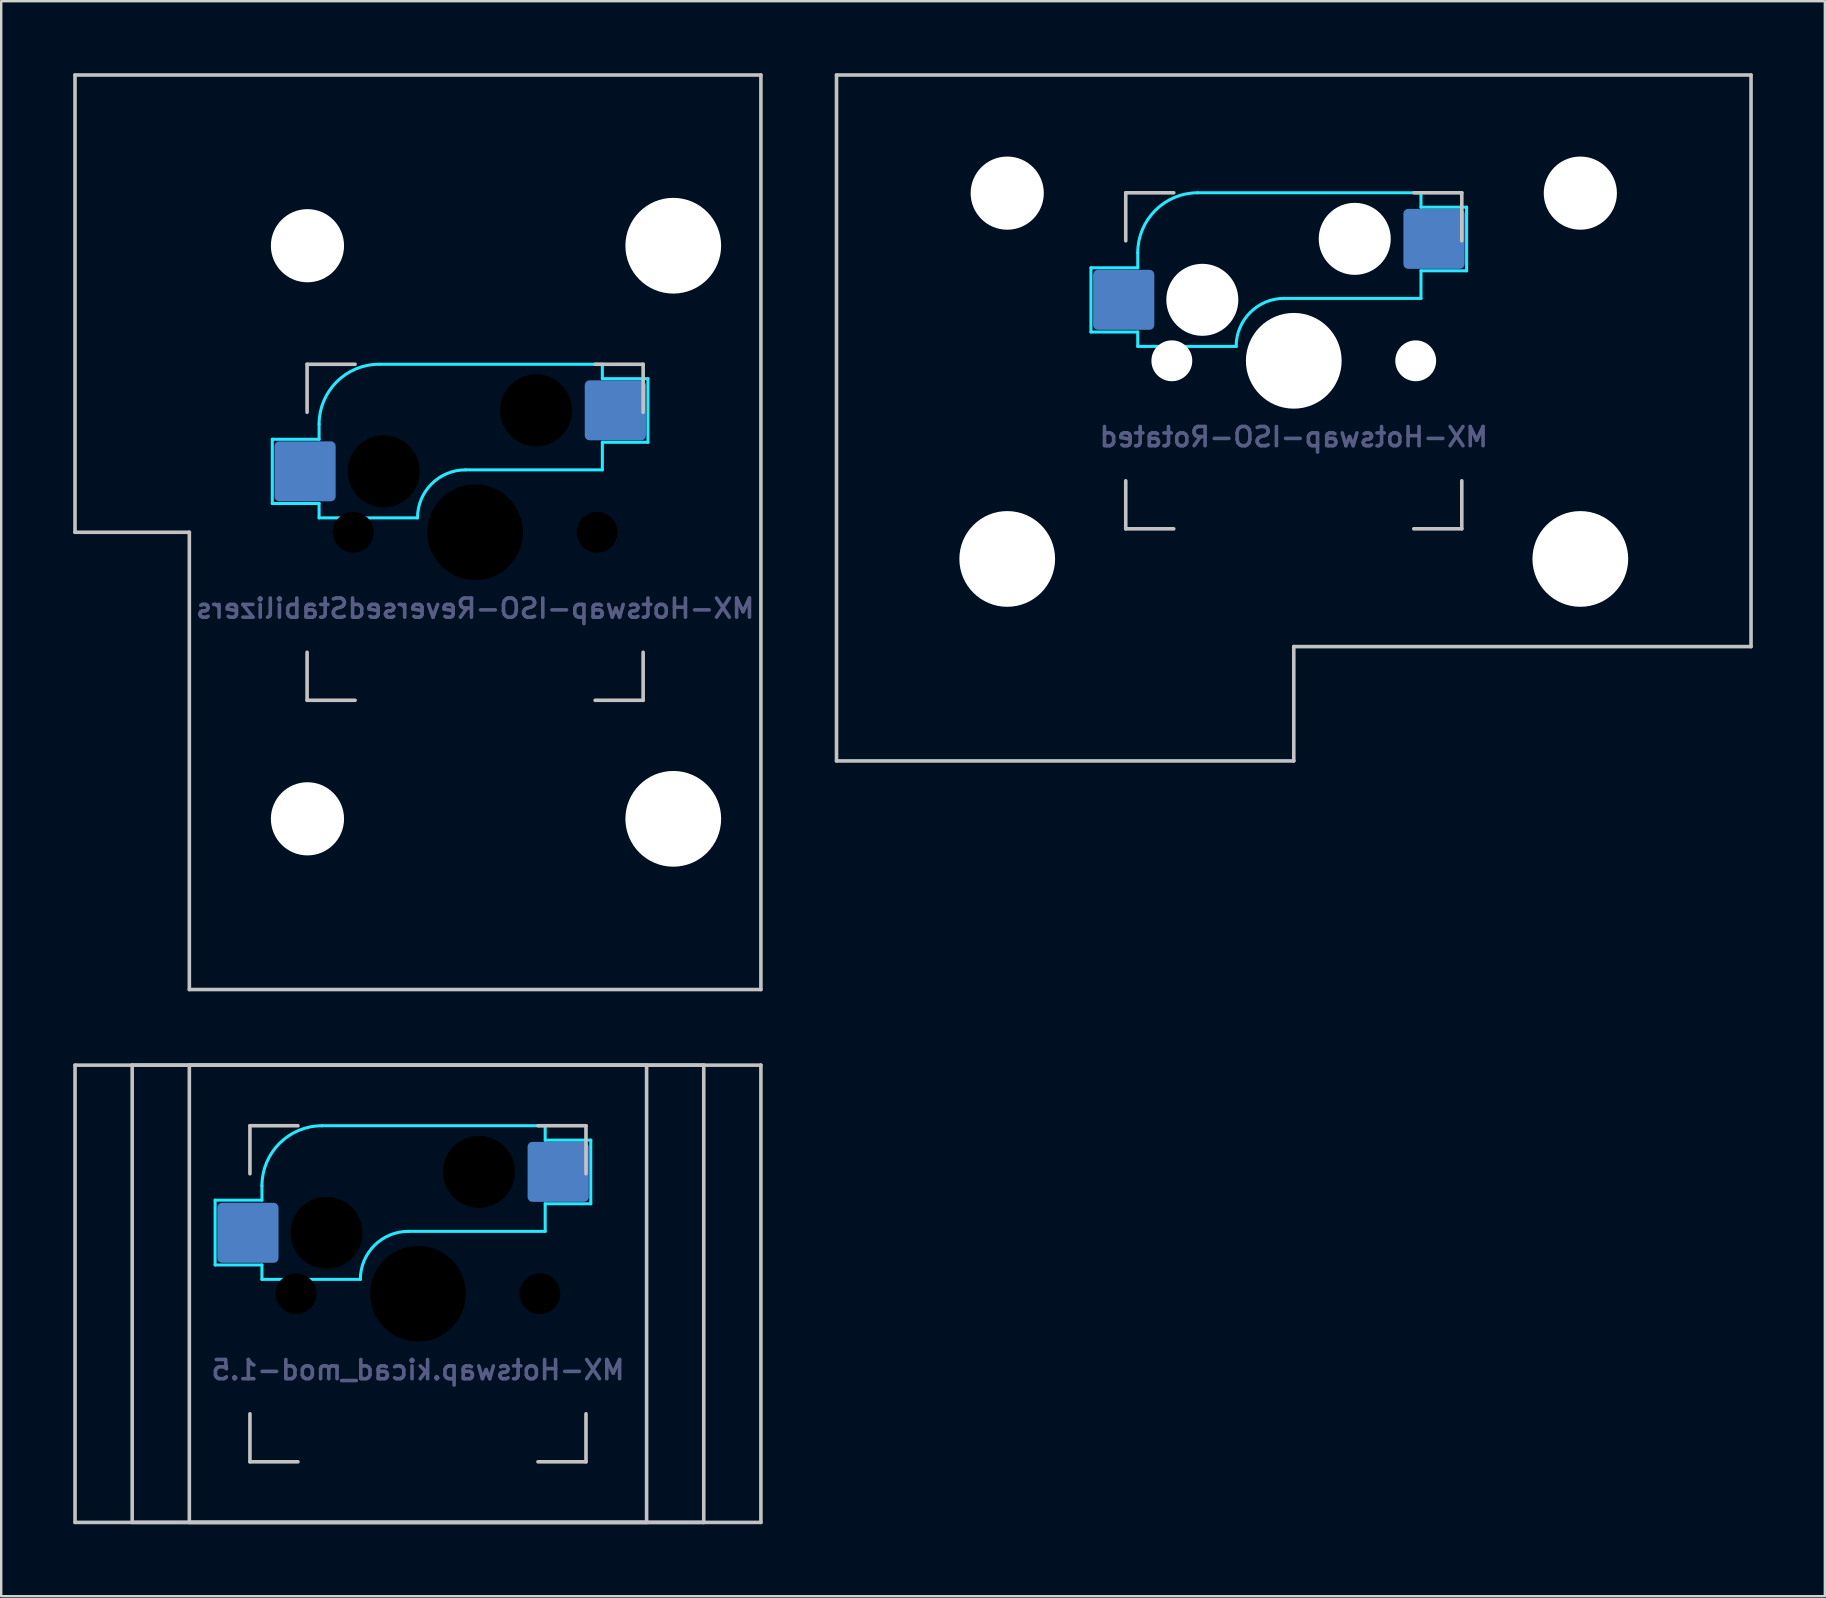
<source format=kicad_pcb>
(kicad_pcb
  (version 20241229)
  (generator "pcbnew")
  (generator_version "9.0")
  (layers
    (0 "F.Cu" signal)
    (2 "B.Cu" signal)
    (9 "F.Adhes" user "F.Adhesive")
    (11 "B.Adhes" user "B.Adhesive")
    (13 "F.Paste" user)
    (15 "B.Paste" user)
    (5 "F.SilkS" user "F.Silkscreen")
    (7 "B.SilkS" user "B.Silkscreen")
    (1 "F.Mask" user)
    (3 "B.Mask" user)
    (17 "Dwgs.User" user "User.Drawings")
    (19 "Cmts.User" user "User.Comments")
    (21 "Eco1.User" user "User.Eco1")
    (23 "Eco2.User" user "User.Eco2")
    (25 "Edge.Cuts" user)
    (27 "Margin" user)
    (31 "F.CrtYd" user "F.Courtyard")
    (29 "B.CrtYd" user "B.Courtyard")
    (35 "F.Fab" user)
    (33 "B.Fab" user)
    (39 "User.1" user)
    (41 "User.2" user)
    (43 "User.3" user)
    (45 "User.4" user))
  (footprint "MX-Hotswap-ISO-Rotated"
    (layer "F.Cu")
    (at 50.85 11.981)
    (property "Reference" "MX-Hotswap-ISO-Rotated" (at 0 3.175 0) (layer "B.Fab") (effects (font (size 0.8 0.8) (thickness 0.15)) (justify mirror)))
    (attr smd)
    (fp_line (start -19.05 -11.906) (end 19.05 -11.906) (stroke (width 0.15) (type solid)) (layer "Dwgs.User"))
    (fp_line (start -19.05 16.669) (end -19.05 -11.906) (stroke (width 0.15) (type solid)) (layer "Dwgs.User"))
    (fp_line (start -19.05 16.669) (end 0 16.669) (stroke (width 0.15) (type solid)) (layer "Dwgs.User"))
    (fp_line (start -7 -7) (end -7 -5) (stroke (width 0.15) (type solid)) (layer "Dwgs.User"))
    (fp_line (start -7 5) (end -7 7) (stroke (width 0.15) (type solid)) (layer "Dwgs.User"))
    (fp_line (start -7 7) (end -5 7) (stroke (width 0.15) (type solid)) (layer "Dwgs.User"))
    (fp_line (start -5 -7) (end -7 -7) (stroke (width 0.15) (type solid)) (layer "Dwgs.User"))
    (fp_line (start 0 11.906) (end 0 16.669) (stroke (width 0.15) (type solid)) (layer "Dwgs.User"))
    (fp_line (start 5 -7) (end 7 -7) (stroke (width 0.15) (type solid)) (layer "Dwgs.User"))
    (fp_line (start 5 7) (end 7 7) (stroke (width 0.15) (type solid)) (layer "Dwgs.User"))
    (fp_line (start 7 -7) (end 7 -5) (stroke (width 0.15) (type solid)) (layer "Dwgs.User"))
    (fp_line (start 7 7) (end 7 5) (stroke (width 0.15) (type solid)) (layer "Dwgs.User"))
    (fp_line (start 19.05 11.906) (end 0 11.906) (stroke (width 0.15) (type solid)) (layer "Dwgs.User"))
    (fp_line (start 19.05 11.906) (end 19.05 -11.906) (stroke (width 0.15) (type solid)) (layer "Dwgs.User"))
    (fp_line (start -8.45 -3.875) (end -8.45 -1.2) (stroke (width 0.127) (type solid)) (layer "B.CrtYd"))
    (fp_line (start -8.45 -1.2) (end -6.5 -1.2) (stroke (width 0.127) (type solid)) (layer "B.CrtYd"))
    (fp_line (start -6.5 -4.5) (end -6.5 -3.875) (stroke (width 0.127) (type solid)) (layer "B.CrtYd"))
    (fp_line (start -6.5 -3.875) (end -8.45 -3.875) (stroke (width 0.127) (type solid)) (layer "B.CrtYd"))
    (fp_line (start -6.5 -0.6) (end -6.5 -1.2) (stroke (width 0.127) (type solid)) (layer "B.CrtYd"))
    (fp_line (start -6.5 -0.6) (end -2.4 -0.6) (stroke (width 0.127) (type solid)) (layer "B.CrtYd"))
    (fp_line (start -0.4 -2.6) (end 5.3 -2.6) (stroke (width 0.127) (type solid)) (layer "B.CrtYd"))
    (fp_line (start 5.3 -7) (end -4 -7) (stroke (width 0.127) (type solid)) (layer "B.CrtYd"))
    (fp_line (start 5.3 -7) (end 5.3 -6.4) (stroke (width 0.127) (type solid)) (layer "B.CrtYd"))
    (fp_line (start 5.3 -6.4) (end 7.2 -6.4) (stroke (width 0.127) (type solid)) (layer "B.CrtYd"))
    (fp_line (start 5.3 -2.6) (end 5.3 -3.75) (stroke (width 0.127) (type solid)) (layer "B.CrtYd"))
    (fp_line (start 7.2 -6.4) (end 7.2 -3.75) (stroke (width 0.127) (type solid)) (layer "B.CrtYd"))
    (fp_line (start 7.2 -3.75) (end 5.3 -3.75) (stroke (width 0.127) (type solid)) (layer "B.CrtYd"))
    (fp_arc (start -6.5 -4.5) (mid -5.767767 -6.267767) (end -4 -7) (stroke (width 0.127) (type solid)) (layer "B.CrtYd"))
    (fp_arc (start -2.4 -0.6) (mid -1.814214 -2.014214) (end -0.4 -2.6) (stroke (width 0.127) (type solid)) (layer "B.CrtYd"))
    (pad "" np_thru_hole circle (at -11.938 -6.985) (size 3.048 3.048) (drill 3.048) (layers "*.Cu" "*.Mask"))
    (pad "" np_thru_hole circle (at -11.938 8.255) (size 3.988 3.988) (drill 3.988) (layers "*.Cu" "*.Mask"))
    (pad "" np_thru_hole circle (at -5.08 0 48.099) (size 1.702 1.702) (drill 1.702) (layers "*.Cu" "*.Mask"))
    (pad "" np_thru_hole circle (at -3.81 -2.54) (size 3 3) (drill 3) (layers "*.Cu" "*.Mask"))
    (pad "" np_thru_hole circle (at 0 0) (size 3.988 3.988) (drill 3.988) (layers "*.Cu" "*.Mask"))
    (pad "" np_thru_hole circle (at 2.54 -5.08) (size 3 3) (drill 3) (layers "*.Cu" "*.Mask"))
    (pad "" np_thru_hole circle (at 5.08 0 48.099) (size 1.702 1.702) (drill 1.702) (layers "*.Cu" "*.Mask"))
    (pad "" np_thru_hole circle (at 11.938 -6.985) (size 3.048 3.048) (drill 3.048) (layers "*.Cu" "*.Mask"))
    (pad "" np_thru_hole circle (at 11.938 8.255) (size 3.988 3.988) (drill 3.988) (layers "*.Cu" "*.Mask"))
    (pad "1" smd roundrect (at -7.085 -2.54) (size 2.55 2.5) (layers "B.Cu" "B.Mask" "B.Paste") (roundrect_rratio 0.08))
    (pad "2" smd roundrect (at 5.842 -5.08) (size 2.55 2.5) (layers "B.Cu" "B.Mask" "B.Paste") (roundrect_rratio 0.08)))
  (footprint "MX-Hotswap-ISO-ReversedStabilizers"
    (layer "F.Cu")
    (at 16.744 19.125)
    (property "Reference" "MX-Hotswap-ISO-ReversedStabilizers" (at 0 3.175 0) (layer "B.Fab") (effects (font (size 0.8 0.8) (thickness 0.15)) (justify mirror)))
    (attr smd)
    (fp_line (start -16.669 -19.05) (end -16.669 0) (stroke (width 0.15) (type solid)) (layer "Dwgs.User"))
    (fp_line (start -16.669 -19.05) (end 11.906 -19.05) (stroke (width 0.15) (type solid)) (layer "Dwgs.User"))
    (fp_line (start -11.906 0) (end -16.669 0) (stroke (width 0.15) (type solid)) (layer "Dwgs.User"))
    (fp_line (start -11.906 19.05) (end -11.906 0) (stroke (width 0.15) (type solid)) (layer "Dwgs.User"))
    (fp_line (start -11.906 19.05) (end 11.906 19.05) (stroke (width 0.15) (type solid)) (layer "Dwgs.User"))
    (fp_line (start -7 -7) (end -7 -5) (stroke (width 0.15) (type solid)) (layer "Dwgs.User"))
    (fp_line (start -7 5) (end -7 7) (stroke (width 0.15) (type solid)) (layer "Dwgs.User"))
    (fp_line (start -7 7) (end -5 7) (stroke (width 0.15) (type solid)) (layer "Dwgs.User"))
    (fp_line (start -5 -7) (end -7 -7) (stroke (width 0.15) (type solid)) (layer "Dwgs.User"))
    (fp_line (start 5 -7) (end 7 -7) (stroke (width 0.15) (type solid)) (layer "Dwgs.User"))
    (fp_line (start 5 7) (end 7 7) (stroke (width 0.15) (type solid)) (layer "Dwgs.User"))
    (fp_line (start 7 -7) (end 7 -5) (stroke (width 0.15) (type solid)) (layer "Dwgs.User"))
    (fp_line (start 7 7) (end 7 5) (stroke (width 0.15) (type solid)) (layer "Dwgs.User"))
    (fp_line (start 11.906 -19.05) (end 11.906 19.05) (stroke (width 0.15) (type solid)) (layer "Dwgs.User"))
    (fp_line (start -8.45 -3.875) (end -8.45 -1.2) (stroke (width 0.127) (type solid)) (layer "B.CrtYd"))
    (fp_line (start -8.45 -1.2) (end -6.5 -1.2) (stroke (width 0.127) (type solid)) (layer "B.CrtYd"))
    (fp_line (start -6.5 -4.5) (end -6.5 -3.875) (stroke (width 0.127) (type solid)) (layer "B.CrtYd"))
    (fp_line (start -6.5 -3.875) (end -8.45 -3.875) (stroke (width 0.127) (type solid)) (layer "B.CrtYd"))
    (fp_line (start -6.5 -0.6) (end -6.5 -1.2) (stroke (width 0.127) (type solid)) (layer "B.CrtYd"))
    (fp_line (start -6.5 -0.6) (end -2.4 -0.6) (stroke (width 0.127) (type solid)) (layer "B.CrtYd"))
    (fp_line (start -0.4 -2.6) (end 5.3 -2.6) (stroke (width 0.127) (type solid)) (layer "B.CrtYd"))
    (fp_line (start 5.3 -7) (end -4 -7) (stroke (width 0.127) (type solid)) (layer "B.CrtYd"))
    (fp_line (start 5.3 -7) (end 5.3 -6.4) (stroke (width 0.127) (type solid)) (layer "B.CrtYd"))
    (fp_line (start 5.3 -6.4) (end 7.2 -6.4) (stroke (width 0.127) (type solid)) (layer "B.CrtYd"))
    (fp_line (start 5.3 -2.6) (end 5.3 -3.75) (stroke (width 0.127) (type solid)) (layer "B.CrtYd"))
    (fp_line (start 7.2 -6.4) (end 7.2 -3.75) (stroke (width 0.127) (type solid)) (layer "B.CrtYd"))
    (fp_line (start 7.2 -3.75) (end 5.3 -3.75) (stroke (width 0.127) (type solid)) (layer "B.CrtYd"))
    (fp_arc (start -6.5 -4.5) (mid -5.767767 -6.267767) (end -4 -7) (stroke (width 0.127) (type solid)) (layer "B.CrtYd"))
    (fp_arc (start -2.4 -0.6) (mid -1.814214 -2.014214) (end -0.4 -2.6) (stroke (width 0.127) (type solid)) (layer "B.CrtYd"))
    (pad "" np_thru_hole circle (at -6.985 -11.938) (size 3.048 3.048) (drill 3.048) (layers "*.Cu" "*.Mask"))
    (pad "" np_thru_hole circle (at -6.985 11.938) (size 3.048 3.048) (drill 3.048) (layers "*.Cu" "*.Mask"))
    (pad "" np_thru_hole circle (at -5.08 0 48.099) (size 1.702 1.702) (drill 1.702) (layers "*.Mask"))
    (pad "" np_thru_hole circle (at -3.81 -2.54) (size 3 3) (drill 3) (layers "*.Mask"))
    (pad "" np_thru_hole circle (at 0 0) (size 3.988 3.988) (drill 3.988) (layers "*.Mask"))
    (pad "" np_thru_hole circle (at 2.54 -5.08) (size 3 3) (drill 3) (layers "*.Mask"))
    (pad "" np_thru_hole circle (at 5.08 0 48.099) (size 1.702 1.702) (drill 1.702) (layers "*.Mask"))
    (pad "" np_thru_hole circle (at 8.255 -11.938) (size 3.988 3.988) (drill 3.988) (layers "*.Cu" "*.Mask"))
    (pad "" np_thru_hole circle (at 8.255 11.938) (size 3.988 3.988) (drill 3.988) (layers "*.Cu" "*.Mask"))
    (pad "1" smd roundrect (at -7.085 -2.54) (size 2.55 2.5) (layers "B.Cu" "B.Mask" "B.Paste") (roundrect_rratio 0.08))
    (pad "2" smd roundrect (at 5.842 -5.08) (size 2.55 2.5) (layers "B.Cu" "B.Mask" "B.Paste") (roundrect_rratio 0.08)))
  (footprint "MX-Hotswap.kicad_mod-1.5"
    (layer "F.Cu")
    (at 14.363 50.85)
    (property "Reference" "MX-Hotswap.kicad_mod-1.5" (at 0 3.175 0) (layer "B.Fab") (effects (font (size 0.8 0.8) (thickness 0.15)) (justify mirror)))
    (attr smd)
    (fp_line (start -14.287 9.525) (end -14.287 -9.525) (stroke (width 0.15) (type solid)) (layer "Dwgs.User"))
    (fp_line (start -11.906 9.525) (end -11.906 -9.525) (stroke (width 0.15) (type solid)) (layer "Dwgs.User"))
    (fp_line (start -9.525 9.525) (end -9.525 -9.525) (stroke (width 0.15) (type solid)) (layer "Dwgs.User"))
    (fp_line (start -7 -7) (end -7 -5) (stroke (width 0.15) (type solid)) (layer "Dwgs.User"))
    (fp_line (start -7 5) (end -7 7) (stroke (width 0.15) (type solid)) (layer "Dwgs.User"))
    (fp_line (start -7 7) (end -5 7) (stroke (width 0.15) (type solid)) (layer "Dwgs.User"))
    (fp_line (start -5 -7) (end -7 -7) (stroke (width 0.15) (type solid)) (layer "Dwgs.User"))
    (fp_line (start 5 -7) (end 7 -7) (stroke (width 0.15) (type solid)) (layer "Dwgs.User"))
    (fp_line (start 5 7) (end 7 7) (stroke (width 0.15) (type solid)) (layer "Dwgs.User"))
    (fp_line (start 7 -7) (end 7 -5) (stroke (width 0.15) (type solid)) (layer "Dwgs.User"))
    (fp_line (start 7 7) (end 7 5) (stroke (width 0.15) (type solid)) (layer "Dwgs.User"))
    (fp_line (start 9.525 -9.525) (end -9.525 -9.525) (stroke (width 0.15) (type solid)) (layer "Dwgs.User"))
    (fp_line (start 9.525 9.525) (end -9.525 9.525) (stroke (width 0.15) (type solid)) (layer "Dwgs.User"))
    (fp_line (start 9.525 9.525) (end 9.525 -9.525) (stroke (width 0.15) (type solid)) (layer "Dwgs.User"))
    (fp_line (start 11.906 -9.525) (end -11.906 -9.525) (stroke (width 0.15) (type solid)) (layer "Dwgs.User"))
    (fp_line (start 11.906 9.525) (end -11.906 9.525) (stroke (width 0.15) (type solid)) (layer "Dwgs.User"))
    (fp_line (start 11.906 9.525) (end 11.906 -9.525) (stroke (width 0.15) (type solid)) (layer "Dwgs.User"))
    (fp_line (start 14.287 -9.525) (end -14.287 -9.525) (stroke (width 0.15) (type solid)) (layer "Dwgs.User"))
    (fp_line (start 14.287 9.525) (end -14.287 9.525) (stroke (width 0.15) (type solid)) (layer "Dwgs.User"))
    (fp_line (start 14.287 9.525) (end 14.287 -9.525) (stroke (width 0.15) (type solid)) (layer "Dwgs.User"))
    (fp_line (start -8.45 -3.9) (end -8.45 -1.2) (stroke (width 0.127) (type solid)) (layer "B.CrtYd"))
    (fp_line (start -8.45 -1.2) (end -6.5 -1.2) (stroke (width 0.127) (type solid)) (layer "B.CrtYd"))
    (fp_line (start -6.5 -4.5) (end -6.5 -3.9) (stroke (width 0.127) (type solid)) (layer "B.CrtYd"))
    (fp_line (start -6.5 -3.9) (end -8.45 -3.9) (stroke (width 0.127) (type solid)) (layer "B.CrtYd"))
    (fp_line (start -6.5 -0.6) (end -6.5 -1.2) (stroke (width 0.127) (type solid)) (layer "B.CrtYd"))
    (fp_line (start -6.5 -0.6) (end -2.4 -0.6) (stroke (width 0.127) (type solid)) (layer "B.CrtYd"))
    (fp_line (start -0.4 -2.6) (end 5.3 -2.6) (stroke (width 0.127) (type solid)) (layer "B.CrtYd"))
    (fp_line (start 5.3 -7) (end -4 -7) (stroke (width 0.127) (type solid)) (layer "B.CrtYd"))
    (fp_line (start 5.3 -7) (end 5.3 -6.4) (stroke (width 0.127) (type solid)) (layer "B.CrtYd"))
    (fp_line (start 5.3 -6.4) (end 7.2 -6.4) (stroke (width 0.127) (type solid)) (layer "B.CrtYd"))
    (fp_line (start 5.3 -2.6) (end 5.3 -3.75) (stroke (width 0.127) (type solid)) (layer "B.CrtYd"))
    (fp_line (start 7.2 -6.4) (end 7.2 -3.75) (stroke (width 0.127) (type solid)) (layer "B.CrtYd"))
    (fp_line (start 7.2 -3.75) (end 5.3 -3.75) (stroke (width 0.127) (type solid)) (layer "B.CrtYd"))
    (fp_arc (start -6.5 -4.5) (mid -5.767767 -6.267767) (end -4 -7) (stroke (width 0.127) (type solid)) (layer "B.CrtYd"))
    (fp_arc (start -2.4 -0.6) (mid -1.814214 -2.014214) (end -0.4 -2.6) (stroke (width 0.127) (type solid)) (layer "B.CrtYd"))
    (pad "" np_thru_hole circle (at -5.08 0 48.099) (size 1.702 1.702) (drill 1.702) (layers "*.Mask"))
    (pad "" np_thru_hole circle (at -3.81 -2.54) (size 3 3) (drill 3) (layers "*.Mask"))
    (pad "" np_thru_hole circle (at 0 0) (size 3.988 3.988) (drill 3.988) (layers "*.Mask"))
    (pad "" np_thru_hole circle (at 2.54 -5.08) (size 3 3) (drill 3) (layers "*.Mask"))
    (pad "" np_thru_hole circle (at 5.08 0 48.099) (size 1.702 1.702) (drill 1.702) (layers "*.Mask"))
    (pad "1" smd roundrect (at -7.085 -2.54) (size 2.55 2.5) (layers "B.Cu" "B.Mask" "B.Paste") (roundrect_rratio 0.08))
    (pad "2" smd roundrect (at 5.842 -5.08) (size 2.55 2.5) (layers "B.Cu" "B.Mask" "B.Paste") (roundrect_rratio 0.08)))
  (gr_rect
    (start -3 -3)
    (end 72.975 63.45)
    (stroke (width 0.1) (type default))
    (fill no)
    (layer "Edge.Cuts")))
</source>
